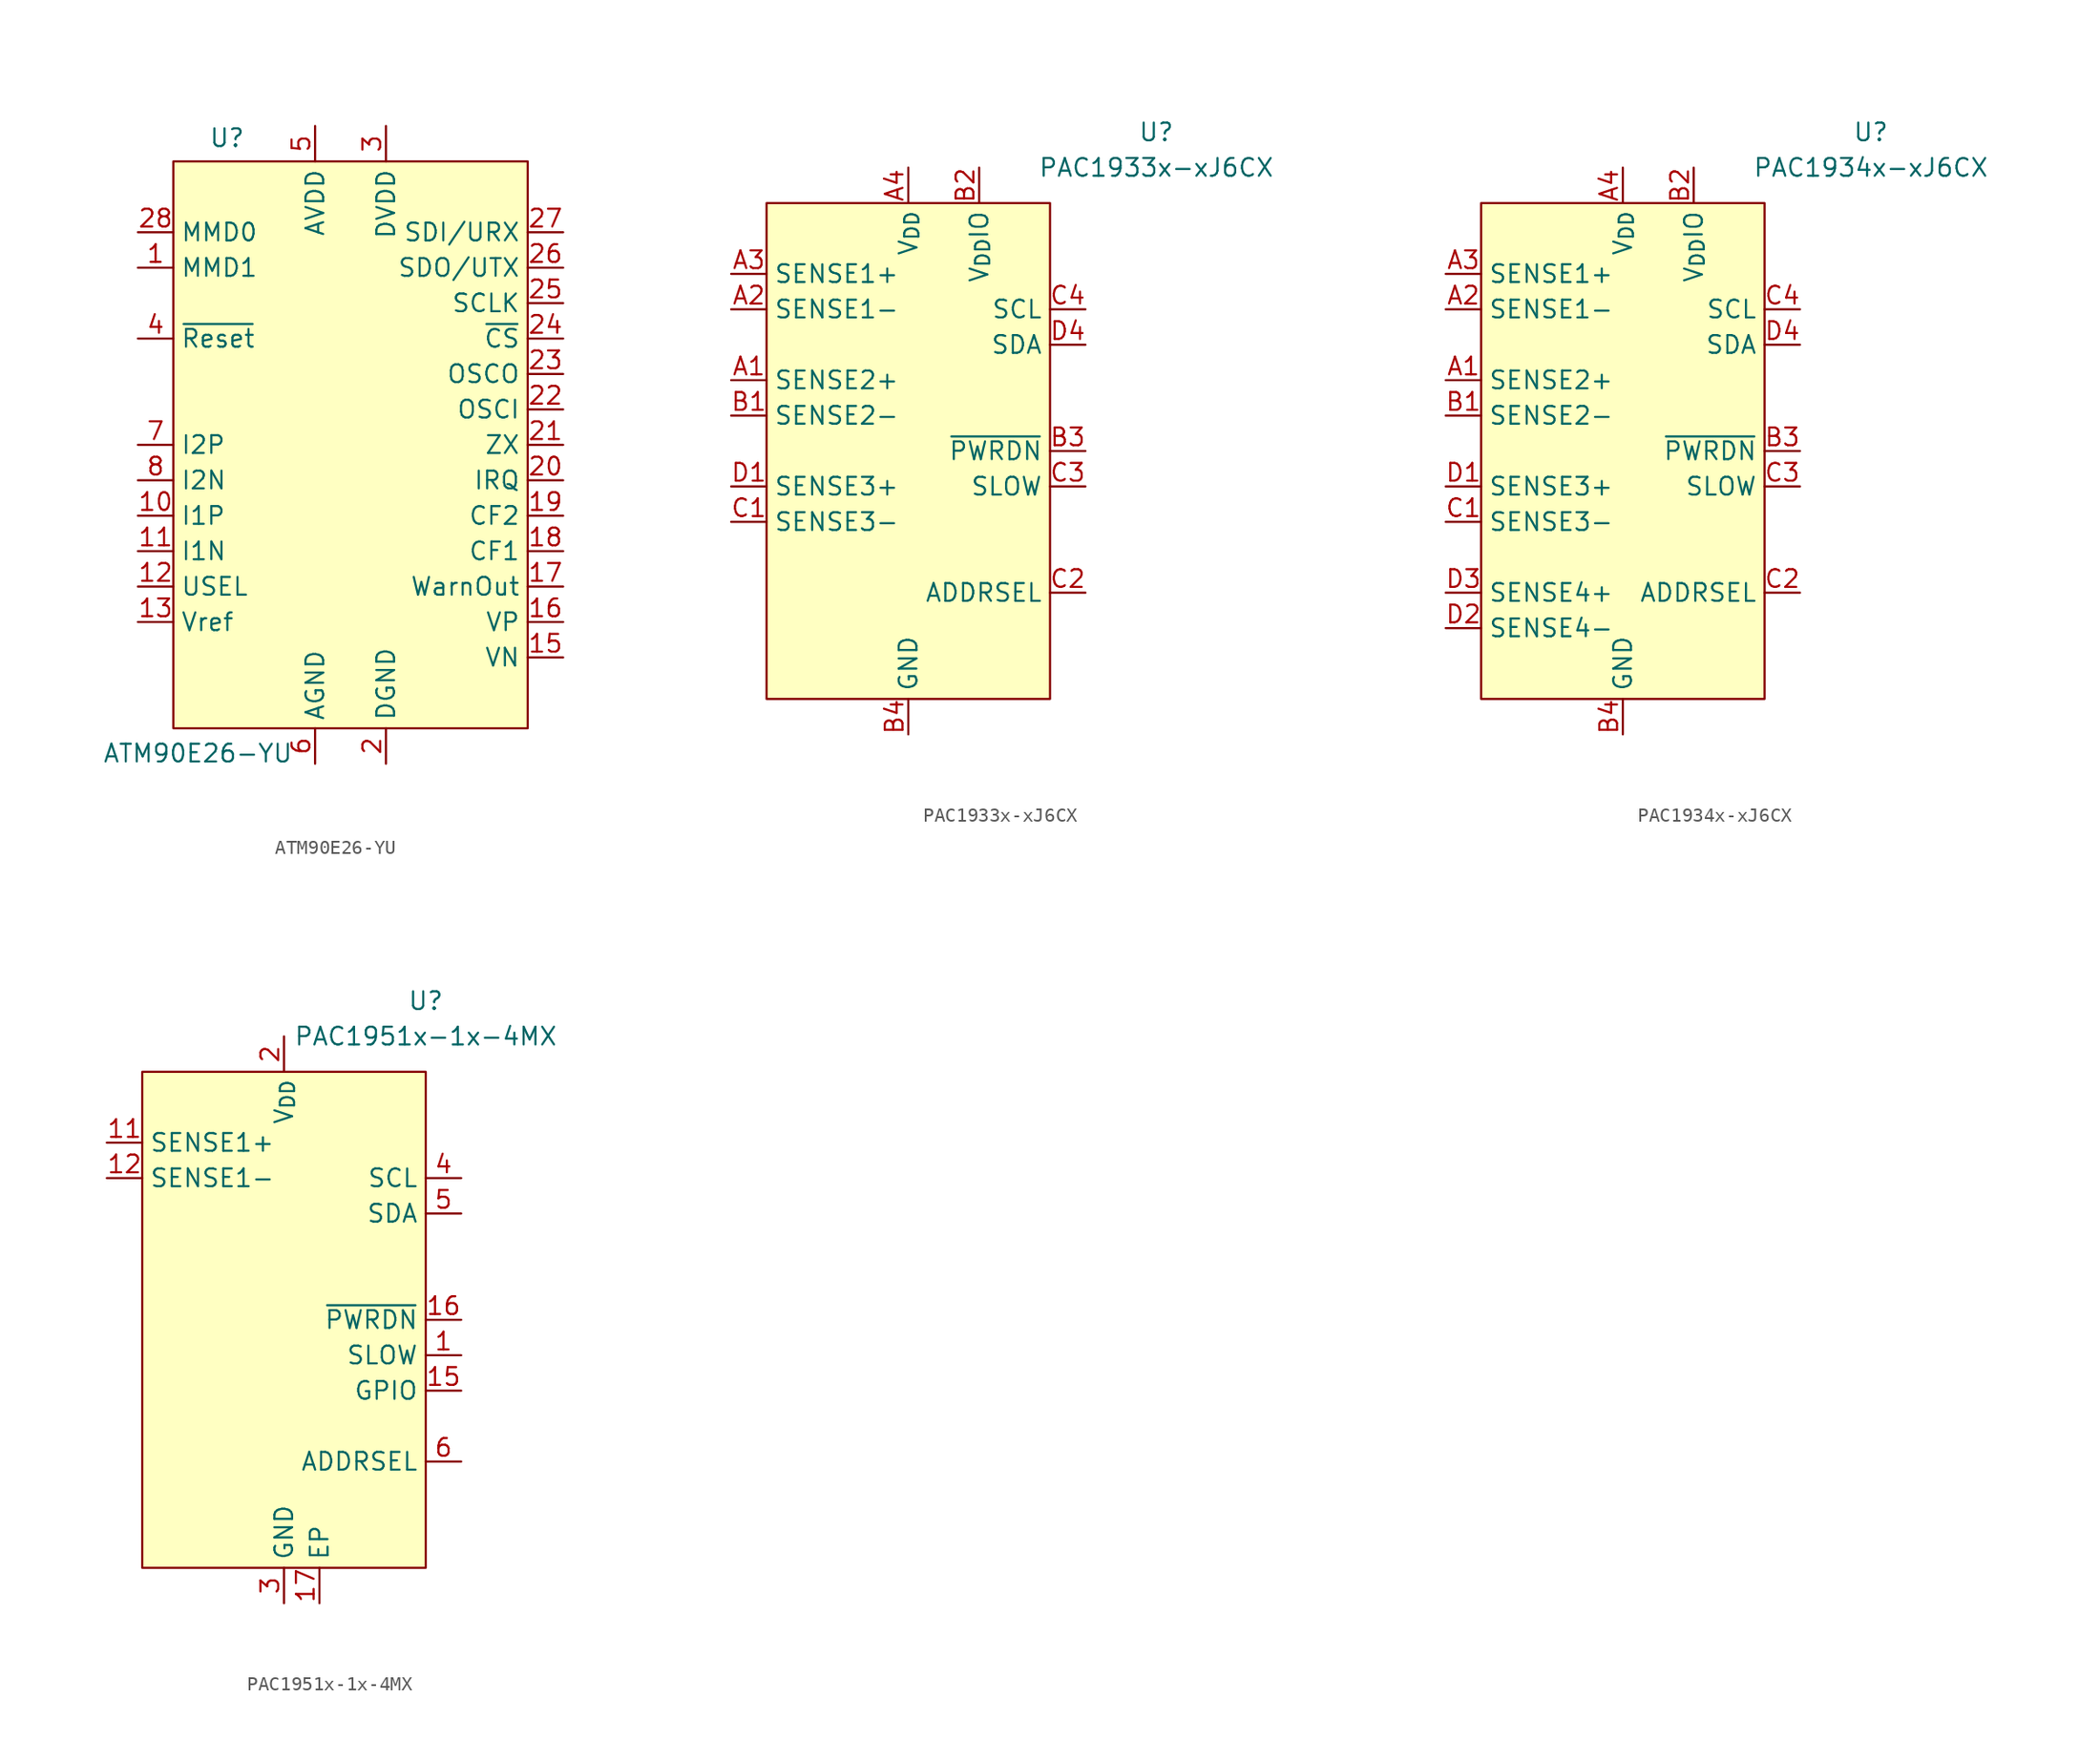
<source format=kicad_sym>
(kicad_symbol_lib
  (version 20241209)
  (generator "kicad_symbol_editor")
  (generator_version "9.0")
  (symbol "ATM90E26-YU"
    (property "Reference" "U"
      (at -10.16 21.26 0)
      (effects (font (size 1.27 1.27)) (justify left bottom)))
    (property "Value" "ATM90E26-YU"
      (at -17.78 -22.86 0)
      (effects (font (size 1.27 1.27)) (justify left bottom)))
    (symbol "ATM90E26-YU_1_0"
      (pin input line (at -15.24 15.24 0) (length 2.54) (name "MMD0" (effects (font (size 1.27 1.27)))) (number "28" (effects (font (size 1.27 1.27)))))
      (pin input line (at -15.24 12.7 0) (length 2.54) (name "MMD1" (effects (font (size 1.27 1.27)))) (number "1" (effects (font (size 1.27 1.27)))))
      (pin input line (at -15.24 7.62 0) (length 2.54) (name "~{Reset}" (effects (font (size 1.27 1.27)))) (number "4" (effects (font (size 1.27 1.27)))))
      (pin input line (at -15.24 0 0) (length 2.54) (name "I2P" (effects (font (size 1.27 1.27)))) (number "7" (effects (font (size 1.27 1.27)))))
      (pin input line (at -15.24 -2.54 0) (length 2.54) (name "I2N" (effects (font (size 1.27 1.27)))) (number "8" (effects (font (size 1.27 1.27)))))
      (pin input line (at -15.24 -5.08 0) (length 2.54) (name "I1P" (effects (font (size 1.27 1.27)))) (number "10" (effects (font (size 1.27 1.27)))))
      (pin input line (at -15.24 -7.62 0) (length 2.54) (name "I1N" (effects (font (size 1.27 1.27)))) (number "11" (effects (font (size 1.27 1.27)))))
      (pin input line (at -15.24 -10.16 0) (length 2.54) (name "USEL" (effects (font (size 1.27 1.27)))) (number "12" (effects (font (size 1.27 1.27)))))
      (pin output line (at -15.24 -12.7 0) (length 2.54) (name "Vref" (effects (font (size 1.27 1.27)))) (number "13" (effects (font (size 1.27 1.27)))))
      (pin power_in line (at -2.54 22.86 270) (length 2.54) (name "AVDD" (effects (font (size 1.27 1.27)))) (number "5" (effects (font (size 1.27 1.27)))))
      (pin passive line (at -2.54 -22.86 90) (length 2.54) (hide yes) (name "AGND" (effects (font (size 1.27 1.27)))) (number "14" (effects (font (size 1.27 1.27)))))
      (pin power_in line (at -2.54 -22.86 90) (length 2.54) (name "AGND" (effects (font (size 1.27 1.27)))) (number "6" (effects (font (size 1.27 1.27)))))
      (pin power_in line (at 2.54 22.86 270) (length 2.54) (name "DVDD" (effects (font (size 1.27 1.27)))) (number "3" (effects (font (size 1.27 1.27)))))
      (pin power_in line (at 2.54 -22.86 90) (length 2.54) (name "DGND" (effects (font (size 1.27 1.27)))) (number "2" (effects (font (size 1.27 1.27)))))
      (pin passive line (at 2.54 -22.86 90) (length 2.54) (hide yes) (name "DGND" (effects (font (size 1.27 1.27)))) (number "9" (effects (font (size 1.27 1.27)))))
      (pin input line (at 15.24 15.24 180) (length 2.54) (name "SDI/URX" (effects (font (size 1.27 1.27)))) (number "27" (effects (font (size 1.27 1.27)))))
      (pin output line (at 15.24 12.7 180) (length 2.54) (name "SDO/UTX" (effects (font (size 1.27 1.27)))) (number "26" (effects (font (size 1.27 1.27)))))
      (pin input line (at 15.24 10.16 180) (length 2.54) (name "SCLK" (effects (font (size 1.27 1.27)))) (number "25" (effects (font (size 1.27 1.27)))))
      (pin input line (at 15.24 7.62 180) (length 2.54) (name "~{CS}" (effects (font (size 1.27 1.27)))) (number "24" (effects (font (size 1.27 1.27)))))
      (pin output line (at 15.24 5.08 180) (length 2.54) (name "OSCO" (effects (font (size 1.27 1.27)))) (number "23" (effects (font (size 1.27 1.27)))))
      (pin input line (at 15.24 2.54 180) (length 2.54) (name "OSCI" (effects (font (size 1.27 1.27)))) (number "22" (effects (font (size 1.27 1.27)))))
      (pin output line (at 15.24 0 180) (length 2.54) (name "ZX" (effects (font (size 1.27 1.27)))) (number "21" (effects (font (size 1.27 1.27)))))
      (pin output line (at 15.24 -2.54 180) (length 2.54) (name "IRQ" (effects (font (size 1.27 1.27)))) (number "20" (effects (font (size 1.27 1.27)))))
      (pin output line (at 15.24 -5.08 180) (length 2.54) (name "CF2" (effects (font (size 1.27 1.27)))) (number "19" (effects (font (size 1.27 1.27)))))
      (pin output line (at 15.24 -7.62 180) (length 2.54) (name "CF1" (effects (font (size 1.27 1.27)))) (number "18" (effects (font (size 1.27 1.27)))))
      (pin output line (at 15.24 -10.16 180) (length 2.54) (name "WarnOut" (effects (font (size 1.27 1.27)))) (number "17" (effects (font (size 1.27 1.27)))))
      (pin input line (at 15.24 -12.7 180) (length 2.54) (name "VP" (effects (font (size 1.27 1.27)))) (number "16" (effects (font (size 1.27 1.27)))))
      (pin input line (at 15.24 -15.24 180) (length 2.54) (name "VN" (effects (font (size 1.27 1.27)))) (number "15" (effects (font (size 1.27 1.27))))))
    (symbol "ATM90E26-YU_1_1"
      (rectangle (start -12.7 20.32) (end 12.7 -20.32) (stroke (width 0) (type default)) (fill (type background)))))
  (symbol "PAC1933x-xJ6CX"
    (property "Reference" "U"
      (at 17.78 22.86 0)
      (effects (font (size 1.27 1.27))))
    (property "Value" "PAC1933x-xJ6CX"
      (at 17.78 20.32 0)
      (effects (font (size 1.27 1.27))))
    (symbol "PAC1933x-xJ6CX_0_0"
      (pin input line (at -12.7 12.7 0) (length 2.54) (name "SENSE1+" (effects (font (size 1.27 1.27)))) (number "A3" (effects (font (size 1.27 1.27)))))
      (pin input line (at -12.7 10.16 0) (length 2.54) (name "SENSE1-" (effects (font (size 1.27 1.27)))) (number "A2" (effects (font (size 1.27 1.27)))))
      (pin input line (at -12.7 5.08 0) (length 2.54) (name "SENSE2+" (effects (font (size 1.27 1.27)))) (number "A1" (effects (font (size 1.27 1.27)))))
      (pin input line (at -12.7 2.54 0) (length 2.54) (name "SENSE2-" (effects (font (size 1.27 1.27)))) (number "B1" (effects (font (size 1.27 1.27)))))
      (pin input line (at -12.7 -2.54 0) (length 2.54) (name "SENSE3+" (effects (font (size 1.27 1.27)))) (number "D1" (effects (font (size 1.27 1.27)))))
      (pin input line (at -12.7 -5.08 0) (length 2.54) (name "SENSE3-" (effects (font (size 1.27 1.27)))) (number "C1" (effects (font (size 1.27 1.27)))))
      (pin power_in line (at 0 20.32 270) (length 2.54) (name "V_{DD}" (effects (font (size 1.27 1.27)))) (number "A4" (effects (font (size 1.27 1.27)))))
      (pin power_in line (at 0 -20.32 90) (length 2.54) (name "GND" (effects (font (size 1.27 1.27)))) (number "B4" (effects (font (size 1.27 1.27)))))
      (pin passive line (at 0 -20.32 90) (length 2.54) (hide yes) (name "GND" (effects (font (size 1.27 1.27)))) (number "D2" (effects (font (size 1.27 1.27)))))
      (pin passive line (at 0 -20.32 90) (length 2.54) (hide yes) (name "GND" (effects (font (size 1.27 1.27)))) (number "D3" (effects (font (size 1.27 1.27)))))
      (pin input line (at 5.08 20.32 270) (length 2.54) (name "V_{DD}IO" (effects (font (size 1.27 1.27)))) (number "B2" (effects (font (size 1.27 1.27)))))
      (pin input line (at 12.7 10.16 180) (length 2.54) (name "SCL" (effects (font (size 1.27 1.27)))) (number "C4" (effects (font (size 1.27 1.27)))) (alternate "SM_CLK" input line))
      (pin bidirectional line (at 12.7 7.62 180) (length 2.54) (name "SDA" (effects (font (size 1.27 1.27)))) (number "D4" (effects (font (size 1.27 1.27)))) (alternate "SM_DATA" bidirectional line))
      (pin input line (at 12.7 0 180) (length 2.54) (name "~{PWRDN}" (effects (font (size 1.27 1.27)))) (number "B3" (effects (font (size 1.27 1.27)))))
      (pin input line (at 12.7 -2.54 180) (length 2.54) (name "SLOW" (effects (font (size 1.27 1.27)))) (number "C3" (effects (font (size 1.27 1.27)))) (alternate "~{ALERT1}" open_collector line))
      (pin passive line (at 12.7 -10.16 180) (length 2.54) (name "ADDRSEL" (effects (font (size 1.27 1.27)))) (number "C2" (effects (font (size 1.27 1.27))))))
    (symbol "PAC1933x-xJ6CX_0_1"
      (rectangle (start -10.16 17.78) (end 10.16 -17.78) (stroke (width 0) (type default)) (fill (type background)))))
  (symbol "PAC1934x-xJ6CX"
    (property "Reference" "U"
      (at 17.78 22.86 0)
      (effects (font (size 1.27 1.27))))
    (property "Value" "PAC1934x-xJ6CX"
      (at 17.78 20.32 0)
      (effects (font (size 1.27 1.27))))
    (symbol "PAC1934x-xJ6CX_0_0"
      (pin input line (at -12.7 12.7 0) (length 2.54) (name "SENSE1+" (effects (font (size 1.27 1.27)))) (number "A3" (effects (font (size 1.27 1.27)))))
      (pin input line (at -12.7 10.16 0) (length 2.54) (name "SENSE1-" (effects (font (size 1.27 1.27)))) (number "A2" (effects (font (size 1.27 1.27)))))
      (pin input line (at -12.7 5.08 0) (length 2.54) (name "SENSE2+" (effects (font (size 1.27 1.27)))) (number "A1" (effects (font (size 1.27 1.27)))))
      (pin input line (at -12.7 2.54 0) (length 2.54) (name "SENSE2-" (effects (font (size 1.27 1.27)))) (number "B1" (effects (font (size 1.27 1.27)))))
      (pin input line (at -12.7 -2.54 0) (length 2.54) (name "SENSE3+" (effects (font (size 1.27 1.27)))) (number "D1" (effects (font (size 1.27 1.27)))))
      (pin input line (at -12.7 -5.08 0) (length 2.54) (name "SENSE3-" (effects (font (size 1.27 1.27)))) (number "C1" (effects (font (size 1.27 1.27)))))
      (pin input line (at -12.7 -10.16 0) (length 2.54) (name "SENSE4+" (effects (font (size 1.27 1.27)))) (number "D3" (effects (font (size 1.27 1.27)))))
      (pin input line (at -12.7 -12.7 0) (length 2.54) (name "SENSE4-" (effects (font (size 1.27 1.27)))) (number "D2" (effects (font (size 1.27 1.27)))))
      (pin power_in line (at 0 20.32 270) (length 2.54) (name "V_{DD}" (effects (font (size 1.27 1.27)))) (number "A4" (effects (font (size 1.27 1.27)))))
      (pin power_in line (at 0 -20.32 90) (length 2.54) (name "GND" (effects (font (size 1.27 1.27)))) (number "B4" (effects (font (size 1.27 1.27)))))
      (pin input line (at 5.08 20.32 270) (length 2.54) (name "V_{DD}IO" (effects (font (size 1.27 1.27)))) (number "B2" (effects (font (size 1.27 1.27)))))
      (pin input line (at 12.7 10.16 180) (length 2.54) (name "SCL" (effects (font (size 1.27 1.27)))) (number "C4" (effects (font (size 1.27 1.27)))) (alternate "SM_CLK" input line))
      (pin bidirectional line (at 12.7 7.62 180) (length 2.54) (name "SDA" (effects (font (size 1.27 1.27)))) (number "D4" (effects (font (size 1.27 1.27)))) (alternate "SM_DATA" bidirectional line))
      (pin input line (at 12.7 0 180) (length 2.54) (name "~{PWRDN}" (effects (font (size 1.27 1.27)))) (number "B3" (effects (font (size 1.27 1.27)))))
      (pin input line (at 12.7 -2.54 180) (length 2.54) (name "SLOW" (effects (font (size 1.27 1.27)))) (number "C3" (effects (font (size 1.27 1.27)))) (alternate "~{ALERT1}" open_collector line))
      (pin passive line (at 12.7 -10.16 180) (length 2.54) (name "ADDRSEL" (effects (font (size 1.27 1.27)))) (number "C2" (effects (font (size 1.27 1.27))))))
    (symbol "PAC1934x-xJ6CX_0_1"
      (rectangle (start -10.16 17.78) (end 10.16 -17.78) (stroke (width 0) (type default)) (fill (type background)))))
  (symbol "PAC1951x-1x-4MX"
    (property "Reference" "U"
      (at 10.16 22.86 0)
      (effects (font (size 1.27 1.27))))
    (property "Value" "PAC1951x-1x-4MX"
      (at 10.16 20.32 0)
      (effects (font (size 1.27 1.27))))
    (symbol "PAC1951x-1x-4MX_0_0"
      (pin input line (at -12.7 12.7 0) (length 2.54) (name "SENSE1+" (effects (font (size 1.27 1.27)))) (number "11" (effects (font (size 1.27 1.27)))))
      (pin input line (at -12.7 10.16 0) (length 2.54) (name "SENSE1-" (effects (font (size 1.27 1.27)))) (number "12" (effects (font (size 1.27 1.27)))))
      (pin power_in line (at 0 20.32 270) (length 2.54) (name "V_{DD}" (effects (font (size 1.27 1.27)))) (number "2" (effects (font (size 1.27 1.27)))))
      (pin passive line (at 0 -20.32 90) (length 2.54) (hide yes) (name "GND" (effects (font (size 1.27 1.27)))) (number "10" (effects (font (size 1.27 1.27)))))
      (pin passive line (at 0 -20.32 90) (length 2.54) (hide yes) (name "GND" (effects (font (size 1.27 1.27)))) (number "13" (effects (font (size 1.27 1.27)))))
      (pin passive line (at 0 -20.32 90) (length 2.54) (hide yes) (name "GND" (effects (font (size 1.27 1.27)))) (number "14" (effects (font (size 1.27 1.27)))))
      (pin power_in line (at 0 -20.32 90) (length 2.54) (name "GND" (effects (font (size 1.27 1.27)))) (number "3" (effects (font (size 1.27 1.27)))))
      (pin passive line (at 0 -20.32 90) (length 2.54) (hide yes) (name "GND" (effects (font (size 1.27 1.27)))) (number "7" (effects (font (size 1.27 1.27)))))
      (pin passive line (at 0 -20.32 90) (length 2.54) (hide yes) (name "GND" (effects (font (size 1.27 1.27)))) (number "8" (effects (font (size 1.27 1.27)))))
      (pin passive line (at 0 -20.32 90) (length 2.54) (hide yes) (name "GND" (effects (font (size 1.27 1.27)))) (number "9" (effects (font (size 1.27 1.27)))))
      (pin passive line (at 2.54 -20.32 90) (length 2.54) (name "EP" (effects (font (size 1.27 1.27)))) (number "17" (effects (font (size 1.27 1.27)))))
      (pin input line (at 12.7 10.16 180) (length 2.54) (name "SCL" (effects (font (size 1.27 1.27)))) (number "4" (effects (font (size 1.27 1.27)))) (alternate "SM_CLK" input line))
      (pin bidirectional line (at 12.7 7.62 180) (length 2.54) (name "SDA" (effects (font (size 1.27 1.27)))) (number "5" (effects (font (size 1.27 1.27)))) (alternate "SM_DATA" bidirectional line))
      (pin input line (at 12.7 0 180) (length 2.54) (name "~{PWRDN}" (effects (font (size 1.27 1.27)))) (number "16" (effects (font (size 1.27 1.27)))))
      (pin input line (at 12.7 -2.54 180) (length 2.54) (name "SLOW" (effects (font (size 1.27 1.27)))) (number "1" (effects (font (size 1.27 1.27)))) (alternate "GPIO" bidirectional line) (alternate "~{ALERT1}" open_collector line))
      (pin bidirectional line (at 12.7 -5.08 180) (length 2.54) (name "GPIO" (effects (font (size 1.27 1.27)))) (number "15" (effects (font (size 1.27 1.27)))) (alternate "~{ALERT2}" open_collector line))
      (pin passive line (at 12.7 -10.16 180) (length 2.54) (name "ADDRSEL" (effects (font (size 1.27 1.27)))) (number "6" (effects (font (size 1.27 1.27))))))
    (symbol "PAC1951x-1x-4MX_0_1"
      (rectangle (start -10.16 17.78) (end 10.16 -17.78) (stroke (width 0) (type default)) (fill (type background))))))
</source>
